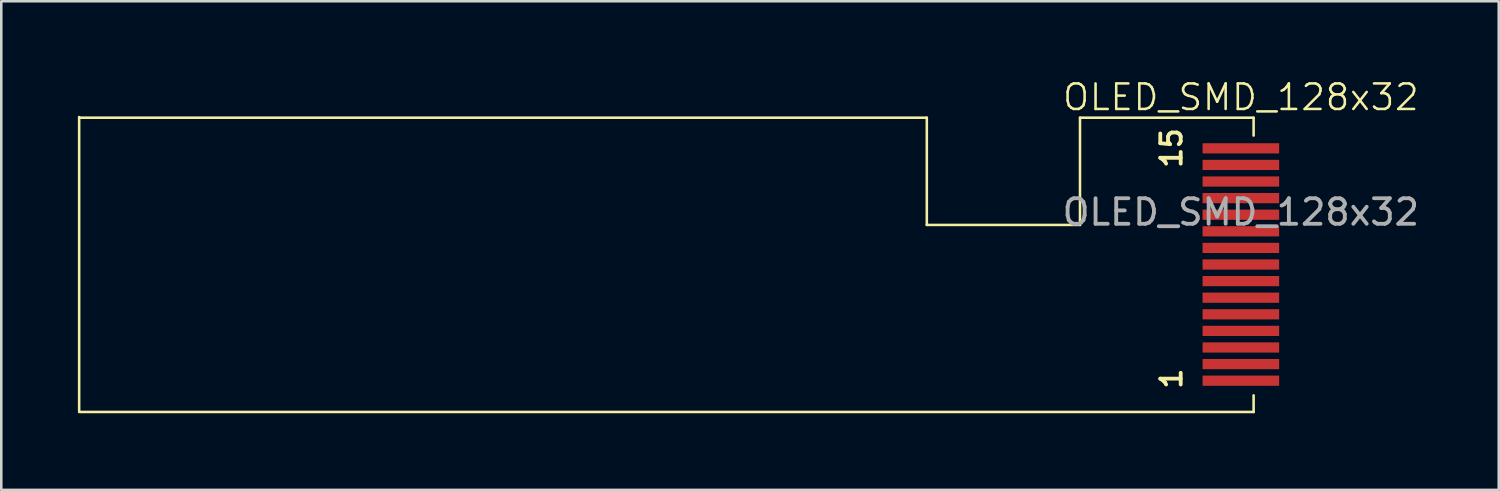
<source format=kicad_pcb>
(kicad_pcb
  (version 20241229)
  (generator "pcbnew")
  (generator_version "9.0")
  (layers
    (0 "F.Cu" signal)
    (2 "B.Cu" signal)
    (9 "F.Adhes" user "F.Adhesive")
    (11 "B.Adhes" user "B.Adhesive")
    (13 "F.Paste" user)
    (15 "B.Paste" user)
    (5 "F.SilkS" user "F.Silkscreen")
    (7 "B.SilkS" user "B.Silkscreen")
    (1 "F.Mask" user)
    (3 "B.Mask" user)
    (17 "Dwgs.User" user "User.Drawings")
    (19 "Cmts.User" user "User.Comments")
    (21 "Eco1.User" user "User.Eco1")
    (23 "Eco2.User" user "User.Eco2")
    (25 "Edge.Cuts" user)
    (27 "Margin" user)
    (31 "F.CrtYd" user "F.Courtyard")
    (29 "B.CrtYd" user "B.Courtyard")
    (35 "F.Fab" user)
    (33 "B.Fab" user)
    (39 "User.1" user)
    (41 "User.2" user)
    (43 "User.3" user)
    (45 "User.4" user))
  (footprint "OLED_SMD_128x32"
    (layer "F.Cu")
    (at 45.55 2.76)
    (property "Reference" "OLED_SMD_128x32" (at 0 -2 0) (unlocked yes) (layer "F.SilkS") (effects (font (size 1 1) (thickness 0.1))))
    (attr smd)
    (fp_rect (start -1.5 -0.2) (end 1.5 0.2) (stroke (width 0.1) (type default)) (fill no) (layer "F.Mask"))
    (fp_rect (start -1.5 0.45) (end 1.5 0.85) (stroke (width 0.1) (type default)) (fill no) (layer "F.Mask"))
    (fp_rect (start -1.5 1.1) (end 1.5 1.5) (stroke (width 0.1) (type default)) (fill no) (layer "F.Mask"))
    (fp_rect (start -1.5 1.75) (end 1.5 2.15) (stroke (width 0.1) (type default)) (fill no) (layer "F.Mask"))
    (fp_rect (start -1.5 2.4) (end 1.5 2.8) (stroke (width 0.1) (type default)) (fill no) (layer "F.Mask"))
    (fp_rect (start -1.5 3.05) (end 1.5 3.45) (stroke (width 0.1) (type default)) (fill no) (layer "F.Mask"))
    (fp_rect (start -1.5 3.7) (end 1.5 4.1) (stroke (width 0.1) (type default)) (fill no) (layer "F.Mask"))
    (fp_rect (start -1.5 4.35) (end 1.5 4.75) (stroke (width 0.1) (type default)) (fill no) (layer "F.Mask"))
    (fp_rect (start -1.5 5) (end 1.5 5.4) (stroke (width 0.1) (type default)) (fill no) (layer "F.Mask"))
    (fp_rect (start -1.5 5.65) (end 1.5 6.05) (stroke (width 0.1) (type default)) (fill no) (layer "F.Mask"))
    (fp_rect (start -1.5 6.3) (end 1.5 6.7) (stroke (width 0.1) (type default)) (fill no) (layer "F.Mask"))
    (fp_rect (start -1.5 6.95) (end 1.5 7.35) (stroke (width 0.1) (type default)) (fill no) (layer "F.Mask"))
    (fp_rect (start -1.5 7.6) (end 1.5 8) (stroke (width 0.1) (type default)) (fill no) (layer "F.Mask"))
    (fp_rect (start -1.5 8.25) (end 1.5 8.65) (stroke (width 0.1) (type default)) (fill no) (layer "F.Mask"))
    (fp_rect (start -1.5 8.9) (end 1.5 9.3) (stroke (width 0.1) (type default)) (fill no) (layer "F.Mask"))
    (fp_line (start -45.5 -1.225) (end -45.5 10.275) (stroke (width 0.1) (type default)) (layer "F.SilkS"))
    (fp_line (start -12.3 -1.2) (end -45.5 -1.2) (stroke (width 0.1) (type default)) (layer "F.SilkS"))
    (fp_line (start -12.3 -1.2) (end -12.3 3) (stroke (width 0.1) (type default)) (layer "F.SilkS"))
    (fp_line (start -12.3 3) (end -6.3 3) (stroke (width 0.1) (type default)) (layer "F.SilkS"))
    (fp_line (start -6.3 3) (end -6.3 -1.2) (stroke (width 0.1) (type default)) (layer "F.SilkS"))
    (fp_line (start 0.5 -1.2) (end -6.3 -1.2) (stroke (width 0.1) (type default)) (layer "F.SilkS"))
    (fp_line (start 0.5 -0.5) (end 0.5 -1.2) (stroke (width 0.1) (type default)) (layer "F.SilkS"))
    (fp_line (start 0.5 10.325) (end -45.5 10.325) (stroke (width 0.1) (type default)) (layer "F.SilkS"))
    (fp_line (start 0.5 10.325) (end 0.5 9.675) (stroke (width 0.1) (type default)) (layer "F.SilkS"))
    (fp_text user "1" (at -2.25 9.5 90) (unlocked yes) (layer "F.SilkS") (effects (font (size 0.8 0.8) (thickness 0.15) (bold yes)) (justify left bottom)))
    (fp_text user "15" (at -2.25 0.85 90) (unlocked yes) (layer "F.SilkS") (effects (font (size 0.8 0.8) (thickness 0.15) (bold yes)) (justify left bottom)))
    (fp_text user "${REFERENCE}" (at 0 2.5 0) (unlocked yes) (layer "F.Fab") (effects (font (size 1 1) (thickness 0.15))))
    (pad "1" smd rect (at 0 9.1) (size 3 0.4) (layers "F.Cu" "F.Mask" "F.Paste"))
    (pad "2" smd rect (at 0 8.45) (size 3 0.4) (layers "F.Cu" "F.Mask" "F.Paste"))
    (pad "3" smd rect (at 0 7.8) (size 3 0.4) (layers "F.Cu" "F.Mask" "F.Paste"))
    (pad "4" smd rect (at 0 7.15) (size 3 0.4) (layers "F.Cu" "F.Mask" "F.Paste"))
    (pad "5" smd rect (at 0 6.5) (size 3 0.4) (layers "F.Cu" "F.Mask" "F.Paste"))
    (pad "6" smd rect (at 0 5.85) (size 3 0.4) (layers "F.Cu" "F.Mask" "F.Paste"))
    (pad "7" smd rect (at 0 5.2) (size 3 0.4) (layers "F.Cu" "F.Mask" "F.Paste"))
    (pad "8" smd rect (at 0 4.55) (size 3 0.4) (layers "F.Cu" "F.Mask" "F.Paste"))
    (pad "9" smd rect (at 0 3.9) (size 3 0.4) (layers "F.Cu" "F.Mask" "F.Paste"))
    (pad "10" smd rect (at 0 3.25) (size 3 0.4) (layers "F.Cu" "F.Mask" "F.Paste"))
    (pad "11" smd rect (at 0 2.6) (size 3 0.4) (layers "F.Cu" "F.Mask" "F.Paste"))
    (pad "12" smd rect (at 0 1.95) (size 3 0.4) (layers "F.Cu" "F.Mask" "F.Paste"))
    (pad "13" smd rect (at 0 1.3) (size 3 0.4) (layers "F.Cu" "F.Mask" "F.Paste"))
    (pad "14" smd rect (at 0 0) (size 3 0.4) (layers "F.Cu" "F.Mask" "F.Paste"))
    (pad "14" smd rect (at 0 0.65) (size 3 0.4) (layers "F.Cu" "F.Mask" "F.Paste")))
  (gr_rect
    (start -3 -3)
    (end 55.651 16.136)
    (stroke (width 0.1) (type default))
    (fill no)
    (layer "Edge.Cuts")))
</source>
